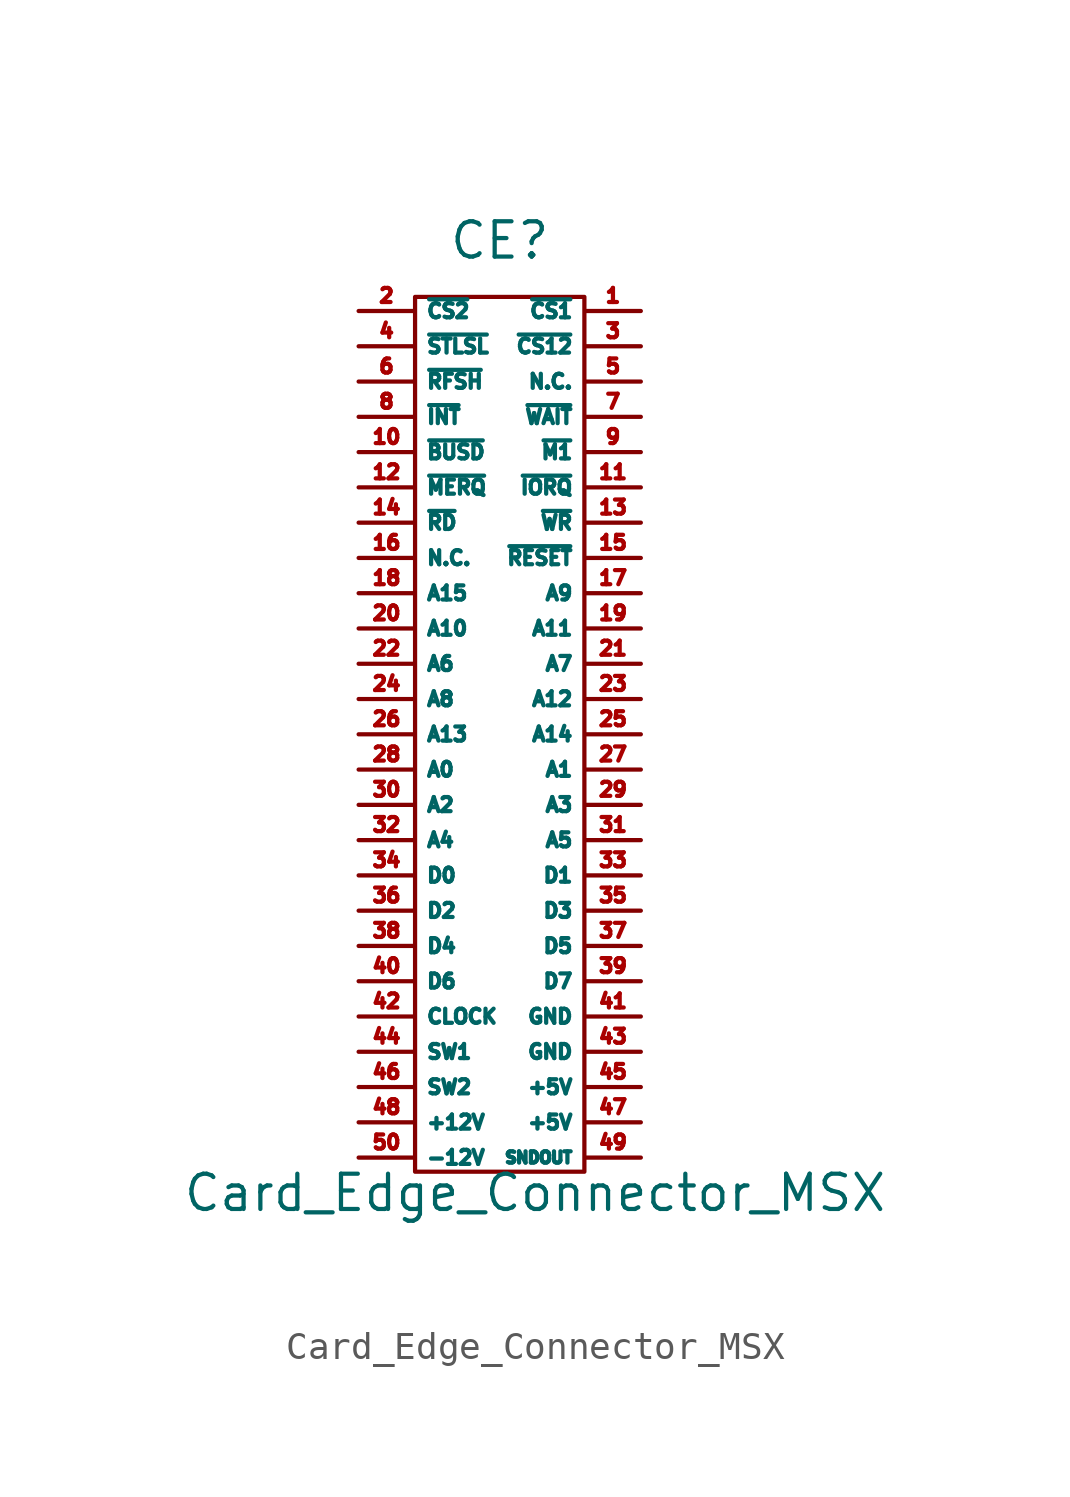
<source format=kicad_sym>
(kicad_symbol_lib
  (version 20220914)
  (generator kicad_symbol_editor)
  (symbol "Card_Edge_Connector_MSX"
    (pin_names
      (offset 0.381))
    (property "Reference" "CE"
      (at 0 20.32 0)
      (effects (font (size 1.27 1.27))))
    (property "Value" "Card_Edge_Connector_MSX"
      (at 1.27 -13.97 0)
      (effects (font (size 1.27 1.27))))
    (symbol "Card_Edge_Connector_MSX_0_1"
      (rectangle (start -3.048 -13.208) (end 3.048 18.288) (stroke (width 0) (type solid)) (fill (type none))))
    (symbol "Card_Edge_Connector_MSX_1_1"
      (pin unspecified line (at 5.08 17.78 180) (length 2.007) (name "~{CS1}" (effects (font (size 0.508 0.508)))) (number "1" (effects (font (size 0.508 0.508)))))
      (pin unspecified line (at -5.08 12.7 0) (length 2.007) (name "~{BUSD}" (effects (font (size 0.508 0.508)))) (number "10" (effects (font (size 0.508 0.508)))))
      (pin unspecified line (at 5.08 11.43 180) (length 2.007) (name "~{IORQ}" (effects (font (size 0.508 0.508)))) (number "11" (effects (font (size 0.508 0.508)))))
      (pin unspecified line (at -5.08 11.43 0) (length 2.007) (name "~{MERQ}" (effects (font (size 0.508 0.508)))) (number "12" (effects (font (size 0.508 0.508)))))
      (pin unspecified line (at 5.08 10.16 180) (length 2.007) (name "~{WR}" (effects (font (size 0.508 0.508)))) (number "13" (effects (font (size 0.508 0.508)))))
      (pin unspecified line (at -5.08 10.16 0) (length 2.007) (name "~{RD}" (effects (font (size 0.508 0.508)))) (number "14" (effects (font (size 0.508 0.508)))))
      (pin unspecified line (at 5.08 8.89 180) (length 2.007) (name "~{RESET}" (effects (font (size 0.508 0.508)))) (number "15" (effects (font (size 0.508 0.508)))))
      (pin unspecified line (at -5.08 8.89 0) (length 2.007) (name "N.C." (effects (font (size 0.508 0.508)))) (number "16" (effects (font (size 0.508 0.508)))))
      (pin unspecified line (at 5.08 7.62 180) (length 2.007) (name "A9" (effects (font (size 0.508 0.508)))) (number "17" (effects (font (size 0.508 0.508)))))
      (pin unspecified line (at -5.08 7.62 0) (length 2.007) (name "A15" (effects (font (size 0.508 0.508)))) (number "18" (effects (font (size 0.508 0.508)))))
      (pin unspecified line (at 5.08 6.35 180) (length 2.007) (name "A11" (effects (font (size 0.508 0.508)))) (number "19" (effects (font (size 0.508 0.508)))))
      (pin unspecified line (at -5.08 17.78 0) (length 2.007) (name "~{CS2}" (effects (font (size 0.508 0.508)))) (number "2" (effects (font (size 0.508 0.508)))))
      (pin unspecified line (at -5.08 6.35 0) (length 2.007) (name "A10" (effects (font (size 0.508 0.508)))) (number "20" (effects (font (size 0.508 0.508)))))
      (pin unspecified line (at 5.08 5.08 180) (length 2.007) (name "A7" (effects (font (size 0.508 0.508)))) (number "21" (effects (font (size 0.508 0.508)))))
      (pin unspecified line (at -5.08 5.08 0) (length 2.007) (name "A6" (effects (font (size 0.508 0.508)))) (number "22" (effects (font (size 0.508 0.508)))))
      (pin unspecified line (at 5.08 3.81 180) (length 2.007) (name "A12" (effects (font (size 0.508 0.508)))) (number "23" (effects (font (size 0.508 0.508)))))
      (pin unspecified line (at -5.08 3.81 0) (length 2.007) (name "A8" (effects (font (size 0.508 0.508)))) (number "24" (effects (font (size 0.508 0.508)))))
      (pin unspecified line (at 5.08 2.54 180) (length 2.007) (name "A14" (effects (font (size 0.508 0.508)))) (number "25" (effects (font (size 0.508 0.508)))))
      (pin unspecified line (at -5.08 2.54 0) (length 2.007) (name "A13" (effects (font (size 0.508 0.508)))) (number "26" (effects (font (size 0.508 0.508)))))
      (pin unspecified line (at 5.08 1.27 180) (length 2.007) (name "A1" (effects (font (size 0.508 0.508)))) (number "27" (effects (font (size 0.508 0.508)))))
      (pin unspecified line (at -5.08 1.27 0) (length 2.007) (name "A0" (effects (font (size 0.508 0.508)))) (number "28" (effects (font (size 0.508 0.508)))))
      (pin unspecified line (at 5.08 0 180) (length 2.007) (name "A3" (effects (font (size 0.508 0.508)))) (number "29" (effects (font (size 0.508 0.508)))))
      (pin unspecified line (at 5.08 16.51 180) (length 2.007) (name "~{CS12}" (effects (font (size 0.508 0.508)))) (number "3" (effects (font (size 0.508 0.508)))))
      (pin unspecified line (at -5.08 0 0) (length 2.007) (name "A2" (effects (font (size 0.508 0.508)))) (number "30" (effects (font (size 0.508 0.508)))))
      (pin unspecified line (at 5.08 -1.27 180) (length 2.007) (name "A5" (effects (font (size 0.508 0.508)))) (number "31" (effects (font (size 0.508 0.508)))))
      (pin unspecified line (at -5.08 -1.27 0) (length 2.007) (name "A4" (effects (font (size 0.508 0.508)))) (number "32" (effects (font (size 0.508 0.508)))))
      (pin unspecified line (at 5.08 -2.54 180) (length 2.007) (name "D1" (effects (font (size 0.508 0.508)))) (number "33" (effects (font (size 0.508 0.508)))))
      (pin unspecified line (at -5.08 -2.54 0) (length 2.007) (name "D0" (effects (font (size 0.508 0.508)))) (number "34" (effects (font (size 0.508 0.508)))))
      (pin unspecified line (at 5.08 -3.81 180) (length 2.007) (name "D3" (effects (font (size 0.508 0.508)))) (number "35" (effects (font (size 0.508 0.508)))))
      (pin unspecified line (at -5.08 -3.81 0) (length 2.007) (name "D2" (effects (font (size 0.508 0.508)))) (number "36" (effects (font (size 0.508 0.508)))))
      (pin unspecified line (at 5.08 -5.08 180) (length 2.007) (name "D5" (effects (font (size 0.508 0.508)))) (number "37" (effects (font (size 0.508 0.508)))))
      (pin unspecified line (at -5.08 -5.08 0) (length 2.007) (name "D4" (effects (font (size 0.508 0.508)))) (number "38" (effects (font (size 0.508 0.508)))))
      (pin unspecified line (at 5.08 -6.35 180) (length 2.007) (name "D7" (effects (font (size 0.508 0.508)))) (number "39" (effects (font (size 0.508 0.508)))))
      (pin unspecified line (at -5.08 16.51 0) (length 2.007) (name "~{STLSL}" (effects (font (size 0.508 0.508)))) (number "4" (effects (font (size 0.508 0.508)))))
      (pin unspecified line (at -5.08 -6.35 0) (length 2.007) (name "D6" (effects (font (size 0.508 0.508)))) (number "40" (effects (font (size 0.508 0.508)))))
      (pin unspecified line (at 5.08 -7.62 180) (length 2.007) (name "GND" (effects (font (size 0.508 0.508)))) (number "41" (effects (font (size 0.508 0.508)))))
      (pin unspecified line (at -5.08 -7.62 0) (length 2.007) (name "CLOCK" (effects (font (size 0.508 0.508)))) (number "42" (effects (font (size 0.508 0.508)))))
      (pin unspecified line (at 5.08 -8.89 180) (length 2.007) (name "GND" (effects (font (size 0.508 0.508)))) (number "43" (effects (font (size 0.508 0.508)))))
      (pin unspecified line (at -5.08 -8.89 0) (length 2.007) (name "SW1" (effects (font (size 0.508 0.508)))) (number "44" (effects (font (size 0.508 0.508)))))
      (pin unspecified line (at 5.08 -10.16 180) (length 2.007) (name "+5V" (effects (font (size 0.508 0.508)))) (number "45" (effects (font (size 0.508 0.508)))))
      (pin unspecified line (at -5.08 -10.16 0) (length 2.007) (name "SW2" (effects (font (size 0.508 0.508)))) (number "46" (effects (font (size 0.508 0.508)))))
      (pin unspecified line (at 5.08 -11.43 180) (length 2.007) (name "+5V" (effects (font (size 0.508 0.508)))) (number "47" (effects (font (size 0.508 0.508)))))
      (pin unspecified line (at -5.08 -11.43 0) (length 2.007) (name "+12V" (effects (font (size 0.508 0.508)))) (number "48" (effects (font (size 0.508 0.508)))))
      (pin unspecified line (at 5.08 -12.7 180) (length 2.007) (name "SNDOUT" (effects (font (size 0.406 0.406)))) (number "49" (effects (font (size 0.508 0.508)))))
      (pin unspecified line (at 5.08 15.24 180) (length 2.007) (name "N.C." (effects (font (size 0.508 0.508)))) (number "5" (effects (font (size 0.508 0.508)))))
      (pin unspecified line (at -5.08 -12.7 0) (length 2.007) (name "-12V" (effects (font (size 0.508 0.508)))) (number "50" (effects (font (size 0.508 0.508)))))
      (pin unspecified line (at -5.08 15.24 0) (length 2.007) (name "~{RFSH}" (effects (font (size 0.508 0.508)))) (number "6" (effects (font (size 0.508 0.508)))))
      (pin unspecified line (at 5.08 13.97 180) (length 2.007) (name "~{WAIT}" (effects (font (size 0.508 0.508)))) (number "7" (effects (font (size 0.508 0.508)))))
      (pin unspecified line (at -5.08 13.97 0) (length 2.007) (name "~{INT}" (effects (font (size 0.508 0.508)))) (number "8" (effects (font (size 0.508 0.508)))))
      (pin unspecified line (at 5.08 12.7 180) (length 2.007) (name "~{M1}" (effects (font (size 0.508 0.508)))) (number "9" (effects (font (size 0.508 0.508))))))))
</source>
